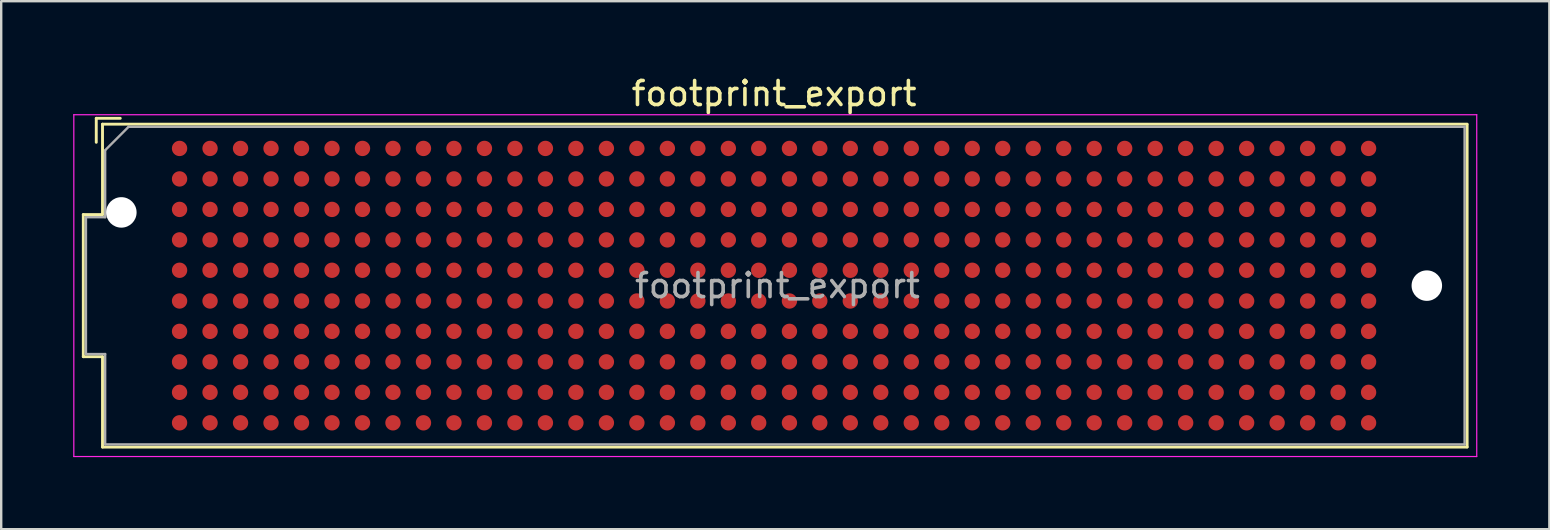
<source format=kicad_pcb>
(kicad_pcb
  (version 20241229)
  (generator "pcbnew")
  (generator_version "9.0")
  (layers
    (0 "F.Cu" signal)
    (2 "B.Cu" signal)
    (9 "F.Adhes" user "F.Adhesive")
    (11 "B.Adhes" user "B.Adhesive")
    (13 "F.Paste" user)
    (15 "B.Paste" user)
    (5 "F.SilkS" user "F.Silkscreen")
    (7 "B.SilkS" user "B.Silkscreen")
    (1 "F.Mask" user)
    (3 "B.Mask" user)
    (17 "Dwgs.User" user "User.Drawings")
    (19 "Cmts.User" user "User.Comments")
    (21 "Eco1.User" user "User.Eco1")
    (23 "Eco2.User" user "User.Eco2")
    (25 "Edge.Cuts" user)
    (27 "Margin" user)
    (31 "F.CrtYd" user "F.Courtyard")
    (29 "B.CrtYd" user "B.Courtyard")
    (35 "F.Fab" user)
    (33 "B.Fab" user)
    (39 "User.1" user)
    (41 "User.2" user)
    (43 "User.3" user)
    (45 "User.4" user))
  (footprint "footprint_export"
    (layer "F.Cu")
    (at 29.195 8.848)
    (property "Reference" "footprint_export" (at 0 -8 0) (layer "F.SilkS") (effects (font (size 1 1) (thickness 0.15))))
    (attr smd)
    (fp_line (start -28.775 -2.96) (end -27.975 -2.96) (stroke (width 0.12) (type solid)) (layer "F.SilkS"))
    (fp_line (start -28.775 2.96) (end -28.775 -2.96) (stroke (width 0.12) (type solid)) (layer "F.SilkS"))
    (fp_line (start -28.235 -6.97) (end -28.235 -5.97) (stroke (width 0.12) (type solid)) (layer "F.SilkS"))
    (fp_line (start -27.975 -6.725) (end 28.865 -6.725) (stroke (width 0.12) (type solid)) (layer "F.SilkS"))
    (fp_line (start -27.975 -2.96) (end -27.975 -6.725) (stroke (width 0.12) (type solid)) (layer "F.SilkS"))
    (fp_line (start -27.975 2.96) (end -28.775 2.96) (stroke (width 0.12) (type solid)) (layer "F.SilkS"))
    (fp_line (start -27.975 6.725) (end -27.975 2.96) (stroke (width 0.12) (type solid)) (layer "F.SilkS"))
    (fp_line (start -27.235 -6.97) (end -28.235 -6.97) (stroke (width 0.12) (type solid)) (layer "F.SilkS"))
    (fp_line (start 28.87 -6.72) (end 28.87 6.72) (stroke (width 0.12) (type solid)) (layer "F.SilkS"))
    (fp_line (start 28.87 6.725) (end -27.975 6.725) (stroke (width 0.12) (type solid)) (layer "F.SilkS"))
    (fp_line (start -29.17 -7.12) (end -29.17 7.12) (stroke (width 0.05) (type solid)) (layer "F.CrtYd"))
    (fp_line (start -29.17 -7.12) (end 29.27 -7.12) (stroke (width 0.05) (type solid)) (layer "F.CrtYd"))
    (fp_line (start -29.17 7.12) (end 29.27 7.12) (stroke (width 0.05) (type solid)) (layer "F.CrtYd"))
    (fp_line (start 29.27 -7.12) (end 29.27 7.12) (stroke (width 0.05) (type solid)) (layer "F.CrtYd"))
    (fp_line (start -28.665 -2.85) (end -28.665 2.85) (stroke (width 0.1) (type solid)) (layer "F.Fab"))
    (fp_line (start -27.865 -2.85) (end -28.665 -2.85) (stroke (width 0.1) (type solid)) (layer "F.Fab"))
    (fp_line (start -27.865 -2.85) (end -27.865 -5.63) (stroke (width 0.1) (type solid)) (layer "F.Fab"))
    (fp_line (start -27.865 2.85) (end -28.665 2.85) (stroke (width 0.1) (type solid)) (layer "F.Fab"))
    (fp_line (start -27.865 2.85) (end -27.865 6.615) (stroke (width 0.1) (type solid)) (layer "F.Fab"))
    (fp_line (start -26.885 -6.62) (end -27.865 -5.64) (stroke (width 0.1) (type solid)) (layer "F.Fab"))
    (fp_line (start 28.765 -6.615) (end -26.885 -6.615) (stroke (width 0.1) (type solid)) (layer "F.Fab"))
    (fp_line (start 28.765 -6.615) (end 28.765 6.615) (stroke (width 0.1) (type solid)) (layer "F.Fab"))
    (fp_line (start 28.765 6.615) (end -27.865 6.615) (stroke (width 0.1) (type solid)) (layer "F.Fab"))
    (fp_text user "${REFERENCE}" (at 0.14 0 0) (layer "F.Fab") (effects (font (size 1 1) (thickness 0.15))))
    (pad "" np_thru_hole circle (at -27.19 -3.05) (size 1.27 1.27) (drill 1.27) (layers "*.Cu" "*.Mask"))
    (pad "" np_thru_hole circle (at 27.191 0) (size 1.27 1.27) (drill 1.27) (layers "*.Cu" "*.Mask"))
    (pad "A1" smd circle (at -24.765 -5.715) (size 0.64 0.64) (layers "F.Cu" "F.Mask" "F.Paste"))
    (pad "A2" smd circle (at -23.495 -5.715) (size 0.64 0.64) (layers "F.Cu" "F.Mask" "F.Paste"))
    (pad "A3" smd circle (at -22.225 -5.715) (size 0.64 0.64) (layers "F.Cu" "F.Mask" "F.Paste"))
    (pad "A4" smd circle (at -20.955 -5.715) (size 0.64 0.64) (layers "F.Cu" "F.Mask" "F.Paste"))
    (pad "A5" smd circle (at -19.685 -5.715) (size 0.64 0.64) (layers "F.Cu" "F.Mask" "F.Paste"))
    (pad "A6" smd circle (at -18.415 -5.715) (size 0.64 0.64) (layers "F.Cu" "F.Mask" "F.Paste"))
    (pad "A7" smd circle (at -17.145 -5.715) (size 0.64 0.64) (layers "F.Cu" "F.Mask" "F.Paste"))
    (pad "A8" smd circle (at -15.875 -5.715) (size 0.64 0.64) (layers "F.Cu" "F.Mask" "F.Paste"))
    (pad "A9" smd circle (at -14.605 -5.715) (size 0.64 0.64) (layers "F.Cu" "F.Mask" "F.Paste"))
    (pad "A10" smd circle (at -13.335 -5.715) (size 0.64 0.64) (layers "F.Cu" "F.Mask" "F.Paste"))
    (pad "A11" smd circle (at -12.065 -5.715) (size 0.64 0.64) (layers "F.Cu" "F.Mask" "F.Paste"))
    (pad "A12" smd circle (at -10.795 -5.715) (size 0.64 0.64) (layers "F.Cu" "F.Mask" "F.Paste"))
    (pad "A13" smd circle (at -9.525 -5.715) (size 0.64 0.64) (layers "F.Cu" "F.Mask" "F.Paste"))
    (pad "A14" smd circle (at -8.255 -5.715) (size 0.64 0.64) (layers "F.Cu" "F.Mask" "F.Paste"))
    (pad "A15" smd circle (at -6.985 -5.715) (size 0.64 0.64) (layers "F.Cu" "F.Mask" "F.Paste"))
    (pad "A16" smd circle (at -5.715 -5.715) (size 0.64 0.64) (layers "F.Cu" "F.Mask" "F.Paste"))
    (pad "A17" smd circle (at -4.445 -5.715) (size 0.64 0.64) (layers "F.Cu" "F.Mask" "F.Paste"))
    (pad "A18" smd circle (at -3.175 -5.715) (size 0.64 0.64) (layers "F.Cu" "F.Mask" "F.Paste"))
    (pad "A19" smd circle (at -1.905 -5.715) (size 0.64 0.64) (layers "F.Cu" "F.Mask" "F.Paste"))
    (pad "A20" smd circle (at -0.64 -5.715) (size 0.64 0.64) (layers "F.Cu" "F.Mask" "F.Paste"))
    (pad "A21" smd circle (at 0.64 -5.715) (size 0.64 0.64) (layers "F.Cu" "F.Mask" "F.Paste"))
    (pad "A22" smd circle (at 1.905 -5.715) (size 0.64 0.64) (layers "F.Cu" "F.Mask" "F.Paste"))
    (pad "A23" smd circle (at 3.175 -5.715) (size 0.64 0.64) (layers "F.Cu" "F.Mask" "F.Paste"))
    (pad "A24" smd circle (at 4.445 -5.715) (size 0.64 0.64) (layers "F.Cu" "F.Mask" "F.Paste"))
    (pad "A25" smd circle (at 5.715 -5.715) (size 0.64 0.64) (layers "F.Cu" "F.Mask" "F.Paste"))
    (pad "A26" smd circle (at 6.985 -5.715) (size 0.64 0.64) (layers "F.Cu" "F.Mask" "F.Paste"))
    (pad "A27" smd circle (at 8.255 -5.715) (size 0.64 0.64) (layers "F.Cu" "F.Mask" "F.Paste"))
    (pad "A28" smd circle (at 9.525 -5.715) (size 0.64 0.64) (layers "F.Cu" "F.Mask" "F.Paste"))
    (pad "A29" smd circle (at 10.795 -5.715) (size 0.64 0.64) (layers "F.Cu" "F.Mask" "F.Paste"))
    (pad "A30" smd circle (at 12.065 -5.715) (size 0.64 0.64) (layers "F.Cu" "F.Mask" "F.Paste"))
    (pad "A31" smd circle (at 13.335 -5.715) (size 0.64 0.64) (layers "F.Cu" "F.Mask" "F.Paste"))
    (pad "A32" smd circle (at 14.605 -5.715) (size 0.64 0.64) (layers "F.Cu" "F.Mask" "F.Paste"))
    (pad "A33" smd circle (at 15.875 -5.715) (size 0.64 0.64) (layers "F.Cu" "F.Mask" "F.Paste"))
    (pad "A34" smd circle (at 17.145 -5.715) (size 0.64 0.64) (layers "F.Cu" "F.Mask" "F.Paste"))
    (pad "A35" smd circle (at 18.415 -5.715) (size 0.64 0.64) (layers "F.Cu" "F.Mask" "F.Paste"))
    (pad "A36" smd circle (at 19.685 -5.715) (size 0.64 0.64) (layers "F.Cu" "F.Mask" "F.Paste"))
    (pad "A37" smd circle (at 20.955 -5.715) (size 0.64 0.64) (layers "F.Cu" "F.Mask" "F.Paste"))
    (pad "A38" smd circle (at 22.225 -5.715) (size 0.64 0.64) (layers "F.Cu" "F.Mask" "F.Paste"))
    (pad "A39" smd circle (at 23.495 -5.715) (size 0.64 0.64) (layers "F.Cu" "F.Mask" "F.Paste"))
    (pad "A40" smd circle (at 24.765 -5.715) (size 0.64 0.64) (layers "F.Cu" "F.Mask" "F.Paste"))
    (pad "B1" smd circle (at -24.765 -4.445) (size 0.64 0.64) (layers "F.Cu" "F.Mask" "F.Paste"))
    (pad "B2" smd circle (at -23.495 -4.445) (size 0.64 0.64) (layers "F.Cu" "F.Mask" "F.Paste"))
    (pad "B3" smd circle (at -22.225 -4.445) (size 0.64 0.64) (layers "F.Cu" "F.Mask" "F.Paste"))
    (pad "B4" smd circle (at -20.955 -4.445) (size 0.64 0.64) (layers "F.Cu" "F.Mask" "F.Paste"))
    (pad "B5" smd circle (at -19.685 -4.445) (size 0.64 0.64) (layers "F.Cu" "F.Mask" "F.Paste"))
    (pad "B6" smd circle (at -18.415 -4.445) (size 0.64 0.64) (layers "F.Cu" "F.Mask" "F.Paste"))
    (pad "B7" smd circle (at -17.145 -4.445) (size 0.64 0.64) (layers "F.Cu" "F.Mask" "F.Paste"))
    (pad "B8" smd circle (at -15.875 -4.445) (size 0.64 0.64) (layers "F.Cu" "F.Mask" "F.Paste"))
    (pad "B9" smd circle (at -14.605 -4.445) (size 0.64 0.64) (layers "F.Cu" "F.Mask" "F.Paste"))
    (pad "B10" smd circle (at -13.335 -4.445) (size 0.64 0.64) (layers "F.Cu" "F.Mask" "F.Paste"))
    (pad "B11" smd circle (at -12.065 -4.445) (size 0.64 0.64) (layers "F.Cu" "F.Mask" "F.Paste"))
    (pad "B12" smd circle (at -10.795 -4.445) (size 0.64 0.64) (layers "F.Cu" "F.Mask" "F.Paste"))
    (pad "B13" smd circle (at -9.525 -4.445) (size 0.64 0.64) (layers "F.Cu" "F.Mask" "F.Paste"))
    (pad "B14" smd circle (at -8.255 -4.445) (size 0.64 0.64) (layers "F.Cu" "F.Mask" "F.Paste"))
    (pad "B15" smd circle (at -6.985 -4.445) (size 0.64 0.64) (layers "F.Cu" "F.Mask" "F.Paste"))
    (pad "B16" smd circle (at -5.715 -4.445) (size 0.64 0.64) (layers "F.Cu" "F.Mask" "F.Paste"))
    (pad "B17" smd circle (at -4.445 -4.445) (size 0.64 0.64) (layers "F.Cu" "F.Mask" "F.Paste"))
    (pad "B18" smd circle (at -3.175 -4.445) (size 0.64 0.64) (layers "F.Cu" "F.Mask" "F.Paste"))
    (pad "B19" smd circle (at -1.905 -4.445) (size 0.64 0.64) (layers "F.Cu" "F.Mask" "F.Paste"))
    (pad "B20" smd circle (at -0.64 -4.445) (size 0.64 0.64) (layers "F.Cu" "F.Mask" "F.Paste"))
    (pad "B21" smd circle (at 0.64 -4.445) (size 0.64 0.64) (layers "F.Cu" "F.Mask" "F.Paste"))
    (pad "B22" smd circle (at 1.905 -4.445) (size 0.64 0.64) (layers "F.Cu" "F.Mask" "F.Paste"))
    (pad "B23" smd circle (at 3.175 -4.445) (size 0.64 0.64) (layers "F.Cu" "F.Mask" "F.Paste"))
    (pad "B24" smd circle (at 4.445 -4.445) (size 0.64 0.64) (layers "F.Cu" "F.Mask" "F.Paste"))
    (pad "B25" smd circle (at 5.715 -4.445) (size 0.64 0.64) (layers "F.Cu" "F.Mask" "F.Paste"))
    (pad "B26" smd circle (at 6.985 -4.445) (size 0.64 0.64) (layers "F.Cu" "F.Mask" "F.Paste"))
    (pad "B27" smd circle (at 8.255 -4.445) (size 0.64 0.64) (layers "F.Cu" "F.Mask" "F.Paste"))
    (pad "B28" smd circle (at 9.525 -4.445) (size 0.64 0.64) (layers "F.Cu" "F.Mask" "F.Paste"))
    (pad "B29" smd circle (at 10.795 -4.445) (size 0.64 0.64) (layers "F.Cu" "F.Mask" "F.Paste"))
    (pad "B30" smd circle (at 12.065 -4.445) (size 0.64 0.64) (layers "F.Cu" "F.Mask" "F.Paste"))
    (pad "B31" smd circle (at 13.335 -4.445) (size 0.64 0.64) (layers "F.Cu" "F.Mask" "F.Paste"))
    (pad "B32" smd circle (at 14.605 -4.445) (size 0.64 0.64) (layers "F.Cu" "F.Mask" "F.Paste"))
    (pad "B33" smd circle (at 15.875 -4.445) (size 0.64 0.64) (layers "F.Cu" "F.Mask" "F.Paste"))
    (pad "B34" smd circle (at 17.145 -4.445) (size 0.64 0.64) (layers "F.Cu" "F.Mask" "F.Paste"))
    (pad "B35" smd circle (at 18.415 -4.445) (size 0.64 0.64) (layers "F.Cu" "F.Mask" "F.Paste"))
    (pad "B36" smd circle (at 19.685 -4.445) (size 0.64 0.64) (layers "F.Cu" "F.Mask" "F.Paste"))
    (pad "B37" smd circle (at 20.955 -4.445) (size 0.64 0.64) (layers "F.Cu" "F.Mask" "F.Paste"))
    (pad "B38" smd circle (at 22.225 -4.445) (size 0.64 0.64) (layers "F.Cu" "F.Mask" "F.Paste"))
    (pad "B39" smd circle (at 23.495 -4.445) (size 0.64 0.64) (layers "F.Cu" "F.Mask" "F.Paste"))
    (pad "B40" smd circle (at 24.765 -4.445) (size 0.64 0.64) (layers "F.Cu" "F.Mask" "F.Paste"))
    (pad "C1" smd circle (at -24.765 -3.175) (size 0.64 0.64) (layers "F.Cu" "F.Mask" "F.Paste"))
    (pad "C2" smd circle (at -23.495 -3.175) (size 0.64 0.64) (layers "F.Cu" "F.Mask" "F.Paste"))
    (pad "C3" smd circle (at -22.225 -3.175) (size 0.64 0.64) (layers "F.Cu" "F.Mask" "F.Paste"))
    (pad "C4" smd circle (at -20.955 -3.175) (size 0.64 0.64) (layers "F.Cu" "F.Mask" "F.Paste"))
    (pad "C5" smd circle (at -19.685 -3.175) (size 0.64 0.64) (layers "F.Cu" "F.Mask" "F.Paste"))
    (pad "C6" smd circle (at -18.415 -3.175) (size 0.64 0.64) (layers "F.Cu" "F.Mask" "F.Paste"))
    (pad "C7" smd circle (at -17.145 -3.175) (size 0.64 0.64) (layers "F.Cu" "F.Mask" "F.Paste"))
    (pad "C8" smd circle (at -15.875 -3.175) (size 0.64 0.64) (layers "F.Cu" "F.Mask" "F.Paste"))
    (pad "C9" smd circle (at -14.605 -3.175) (size 0.64 0.64) (layers "F.Cu" "F.Mask" "F.Paste"))
    (pad "C10" smd circle (at -13.335 -3.175) (size 0.64 0.64) (layers "F.Cu" "F.Mask" "F.Paste"))
    (pad "C11" smd circle (at -12.065 -3.175) (size 0.64 0.64) (layers "F.Cu" "F.Mask" "F.Paste"))
    (pad "C12" smd circle (at -10.795 -3.175) (size 0.64 0.64) (layers "F.Cu" "F.Mask" "F.Paste"))
    (pad "C13" smd circle (at -9.525 -3.175) (size 0.64 0.64) (layers "F.Cu" "F.Mask" "F.Paste"))
    (pad "C14" smd circle (at -8.255 -3.175) (size 0.64 0.64) (layers "F.Cu" "F.Mask" "F.Paste"))
    (pad "C15" smd circle (at -6.985 -3.175) (size 0.64 0.64) (layers "F.Cu" "F.Mask" "F.Paste"))
    (pad "C16" smd circle (at -5.715 -3.175) (size 0.64 0.64) (layers "F.Cu" "F.Mask" "F.Paste"))
    (pad "C17" smd circle (at -4.445 -3.175) (size 0.64 0.64) (layers "F.Cu" "F.Mask" "F.Paste"))
    (pad "C18" smd circle (at -3.175 -3.175) (size 0.64 0.64) (layers "F.Cu" "F.Mask" "F.Paste"))
    (pad "C19" smd circle (at -1.905 -3.175) (size 0.64 0.64) (layers "F.Cu" "F.Mask" "F.Paste"))
    (pad "C20" smd circle (at -0.64 -3.175) (size 0.64 0.64) (layers "F.Cu" "F.Mask" "F.Paste"))
    (pad "C21" smd circle (at 0.64 -3.175) (size 0.64 0.64) (layers "F.Cu" "F.Mask" "F.Paste"))
    (pad "C22" smd circle (at 1.905 -3.175) (size 0.64 0.64) (layers "F.Cu" "F.Mask" "F.Paste"))
    (pad "C23" smd circle (at 3.175 -3.175) (size 0.64 0.64) (layers "F.Cu" "F.Mask" "F.Paste"))
    (pad "C24" smd circle (at 4.445 -3.175) (size 0.64 0.64) (layers "F.Cu" "F.Mask" "F.Paste"))
    (pad "C25" smd circle (at 5.715 -3.175) (size 0.64 0.64) (layers "F.Cu" "F.Mask" "F.Paste"))
    (pad "C26" smd circle (at 6.985 -3.175) (size 0.64 0.64) (layers "F.Cu" "F.Mask" "F.Paste"))
    (pad "C27" smd circle (at 8.255 -3.175) (size 0.64 0.64) (layers "F.Cu" "F.Mask" "F.Paste"))
    (pad "C28" smd circle (at 9.525 -3.175) (size 0.64 0.64) (layers "F.Cu" "F.Mask" "F.Paste"))
    (pad "C29" smd circle (at 10.795 -3.175) (size 0.64 0.64) (layers "F.Cu" "F.Mask" "F.Paste"))
    (pad "C30" smd circle (at 12.065 -3.175) (size 0.64 0.64) (layers "F.Cu" "F.Mask" "F.Paste"))
    (pad "C31" smd circle (at 13.335 -3.175) (size 0.64 0.64) (layers "F.Cu" "F.Mask" "F.Paste"))
    (pad "C32" smd circle (at 14.605 -3.175) (size 0.64 0.64) (layers "F.Cu" "F.Mask" "F.Paste"))
    (pad "C33" smd circle (at 15.875 -3.175) (size 0.64 0.64) (layers "F.Cu" "F.Mask" "F.Paste"))
    (pad "C34" smd circle (at 17.145 -3.175) (size 0.64 0.64) (layers "F.Cu" "F.Mask" "F.Paste"))
    (pad "C35" smd circle (at 18.415 -3.175) (size 0.64 0.64) (layers "F.Cu" "F.Mask" "F.Paste"))
    (pad "C36" smd circle (at 19.685 -3.175) (size 0.64 0.64) (layers "F.Cu" "F.Mask" "F.Paste"))
    (pad "C37" smd circle (at 20.955 -3.175) (size 0.64 0.64) (layers "F.Cu" "F.Mask" "F.Paste"))
    (pad "C38" smd circle (at 22.225 -3.175) (size 0.64 0.64) (layers "F.Cu" "F.Mask" "F.Paste"))
    (pad "C39" smd circle (at 23.495 -3.175) (size 0.64 0.64) (layers "F.Cu" "F.Mask" "F.Paste"))
    (pad "C40" smd circle (at 24.765 -3.175) (size 0.64 0.64) (layers "F.Cu" "F.Mask" "F.Paste"))
    (pad "D1" smd circle (at -24.765 -1.905) (size 0.64 0.64) (layers "F.Cu" "F.Mask" "F.Paste"))
    (pad "D2" smd circle (at -23.495 -1.905) (size 0.64 0.64) (layers "F.Cu" "F.Mask" "F.Paste"))
    (pad "D3" smd circle (at -22.225 -1.905) (size 0.64 0.64) (layers "F.Cu" "F.Mask" "F.Paste"))
    (pad "D4" smd circle (at -20.955 -1.905) (size 0.64 0.64) (layers "F.Cu" "F.Mask" "F.Paste"))
    (pad "D5" smd circle (at -19.685 -1.905) (size 0.64 0.64) (layers "F.Cu" "F.Mask" "F.Paste"))
    (pad "D6" smd circle (at -18.415 -1.905) (size 0.64 0.64) (layers "F.Cu" "F.Mask" "F.Paste"))
    (pad "D7" smd circle (at -17.145 -1.905) (size 0.64 0.64) (layers "F.Cu" "F.Mask" "F.Paste"))
    (pad "D8" smd circle (at -15.875 -1.905) (size 0.64 0.64) (layers "F.Cu" "F.Mask" "F.Paste"))
    (pad "D9" smd circle (at -14.605 -1.905) (size 0.64 0.64) (layers "F.Cu" "F.Mask" "F.Paste"))
    (pad "D10" smd circle (at -13.335 -1.905) (size 0.64 0.64) (layers "F.Cu" "F.Mask" "F.Paste"))
    (pad "D11" smd circle (at -12.065 -1.905) (size 0.64 0.64) (layers "F.Cu" "F.Mask" "F.Paste"))
    (pad "D12" smd circle (at -10.795 -1.905) (size 0.64 0.64) (layers "F.Cu" "F.Mask" "F.Paste"))
    (pad "D13" smd circle (at -9.525 -1.905) (size 0.64 0.64) (layers "F.Cu" "F.Mask" "F.Paste"))
    (pad "D14" smd circle (at -8.255 -1.905) (size 0.64 0.64) (layers "F.Cu" "F.Mask" "F.Paste"))
    (pad "D15" smd circle (at -6.985 -1.905) (size 0.64 0.64) (layers "F.Cu" "F.Mask" "F.Paste"))
    (pad "D16" smd circle (at -5.715 -1.905) (size 0.64 0.64) (layers "F.Cu" "F.Mask" "F.Paste"))
    (pad "D17" smd circle (at -4.445 -1.905) (size 0.64 0.64) (layers "F.Cu" "F.Mask" "F.Paste"))
    (pad "D18" smd circle (at -3.175 -1.905) (size 0.64 0.64) (layers "F.Cu" "F.Mask" "F.Paste"))
    (pad "D19" smd circle (at -1.905 -1.905) (size 0.64 0.64) (layers "F.Cu" "F.Mask" "F.Paste"))
    (pad "D20" smd circle (at -0.64 -1.905) (size 0.64 0.64) (layers "F.Cu" "F.Mask" "F.Paste"))
    (pad "D21" smd circle (at 0.64 -1.905) (size 0.64 0.64) (layers "F.Cu" "F.Mask" "F.Paste"))
    (pad "D22" smd circle (at 1.905 -1.905) (size 0.64 0.64) (layers "F.Cu" "F.Mask" "F.Paste"))
    (pad "D23" smd circle (at 3.175 -1.905) (size 0.64 0.64) (layers "F.Cu" "F.Mask" "F.Paste"))
    (pad "D24" smd circle (at 4.445 -1.905) (size 0.64 0.64) (layers "F.Cu" "F.Mask" "F.Paste"))
    (pad "D25" smd circle (at 5.715 -1.905) (size 0.64 0.64) (layers "F.Cu" "F.Mask" "F.Paste"))
    (pad "D26" smd circle (at 6.985 -1.905) (size 0.64 0.64) (layers "F.Cu" "F.Mask" "F.Paste"))
    (pad "D27" smd circle (at 8.255 -1.905) (size 0.64 0.64) (layers "F.Cu" "F.Mask" "F.Paste"))
    (pad "D28" smd circle (at 9.525 -1.905) (size 0.64 0.64) (layers "F.Cu" "F.Mask" "F.Paste"))
    (pad "D29" smd circle (at 10.795 -1.905) (size 0.64 0.64) (layers "F.Cu" "F.Mask" "F.Paste"))
    (pad "D30" smd circle (at 12.065 -1.905) (size 0.64 0.64) (layers "F.Cu" "F.Mask" "F.Paste"))
    (pad "D31" smd circle (at 13.335 -1.905) (size 0.64 0.64) (layers "F.Cu" "F.Mask" "F.Paste"))
    (pad "D32" smd circle (at 14.605 -1.905) (size 0.64 0.64) (layers "F.Cu" "F.Mask" "F.Paste"))
    (pad "D33" smd circle (at 15.875 -1.905) (size 0.64 0.64) (layers "F.Cu" "F.Mask" "F.Paste"))
    (pad "D34" smd circle (at 17.145 -1.905) (size 0.64 0.64) (layers "F.Cu" "F.Mask" "F.Paste"))
    (pad "D35" smd circle (at 18.415 -1.905) (size 0.64 0.64) (layers "F.Cu" "F.Mask" "F.Paste"))
    (pad "D36" smd circle (at 19.685 -1.905) (size 0.64 0.64) (layers "F.Cu" "F.Mask" "F.Paste"))
    (pad "D37" smd circle (at 20.955 -1.905) (size 0.64 0.64) (layers "F.Cu" "F.Mask" "F.Paste"))
    (pad "D38" smd circle (at 22.225 -1.905) (size 0.64 0.64) (layers "F.Cu" "F.Mask" "F.Paste"))
    (pad "D39" smd circle (at 23.495 -1.905) (size 0.64 0.64) (layers "F.Cu" "F.Mask" "F.Paste"))
    (pad "D40" smd circle (at 24.765 -1.905) (size 0.64 0.64) (layers "F.Cu" "F.Mask" "F.Paste"))
    (pad "E1" smd circle (at -24.765 -0.64) (size 0.64 0.64) (layers "F.Cu" "F.Mask" "F.Paste"))
    (pad "E2" smd circle (at -23.495 -0.64) (size 0.64 0.64) (layers "F.Cu" "F.Mask" "F.Paste"))
    (pad "E3" smd circle (at -22.225 -0.64) (size 0.64 0.64) (layers "F.Cu" "F.Mask" "F.Paste"))
    (pad "E4" smd circle (at -20.955 -0.64) (size 0.64 0.64) (layers "F.Cu" "F.Mask" "F.Paste"))
    (pad "E5" smd circle (at -19.685 -0.64) (size 0.64 0.64) (layers "F.Cu" "F.Mask" "F.Paste"))
    (pad "E6" smd circle (at -18.415 -0.64) (size 0.64 0.64) (layers "F.Cu" "F.Mask" "F.Paste"))
    (pad "E7" smd circle (at -17.145 -0.64) (size 0.64 0.64) (layers "F.Cu" "F.Mask" "F.Paste"))
    (pad "E8" smd circle (at -15.875 -0.64) (size 0.64 0.64) (layers "F.Cu" "F.Mask" "F.Paste"))
    (pad "E9" smd circle (at -14.605 -0.64) (size 0.64 0.64) (layers "F.Cu" "F.Mask" "F.Paste"))
    (pad "E10" smd circle (at -13.335 -0.64) (size 0.64 0.64) (layers "F.Cu" "F.Mask" "F.Paste"))
    (pad "E11" smd circle (at -12.065 -0.64) (size 0.64 0.64) (layers "F.Cu" "F.Mask" "F.Paste"))
    (pad "E12" smd circle (at -10.795 -0.64) (size 0.64 0.64) (layers "F.Cu" "F.Mask" "F.Paste"))
    (pad "E13" smd circle (at -9.525 -0.64) (size 0.64 0.64) (layers "F.Cu" "F.Mask" "F.Paste"))
    (pad "E14" smd circle (at -8.255 -0.64) (size 0.64 0.64) (layers "F.Cu" "F.Mask" "F.Paste"))
    (pad "E15" smd circle (at -6.985 -0.64) (size 0.64 0.64) (layers "F.Cu" "F.Mask" "F.Paste"))
    (pad "E16" smd circle (at -5.715 -0.64) (size 0.64 0.64) (layers "F.Cu" "F.Mask" "F.Paste"))
    (pad "E17" smd circle (at -4.445 -0.64) (size 0.64 0.64) (layers "F.Cu" "F.Mask" "F.Paste"))
    (pad "E18" smd circle (at -3.175 -0.64) (size 0.64 0.64) (layers "F.Cu" "F.Mask" "F.Paste"))
    (pad "E19" smd circle (at -1.905 -0.64) (size 0.64 0.64) (layers "F.Cu" "F.Mask" "F.Paste"))
    (pad "E20" smd circle (at -0.64 -0.64) (size 0.64 0.64) (layers "F.Cu" "F.Mask" "F.Paste"))
    (pad "E21" smd circle (at 0.64 -0.64) (size 0.64 0.64) (layers "F.Cu" "F.Mask" "F.Paste"))
    (pad "E22" smd circle (at 1.905 -0.64) (size 0.64 0.64) (layers "F.Cu" "F.Mask" "F.Paste"))
    (pad "E23" smd circle (at 3.175 -0.64) (size 0.64 0.64) (layers "F.Cu" "F.Mask" "F.Paste"))
    (pad "E24" smd circle (at 4.445 -0.64) (size 0.64 0.64) (layers "F.Cu" "F.Mask" "F.Paste"))
    (pad "E25" smd circle (at 5.715 -0.64) (size 0.64 0.64) (layers "F.Cu" "F.Mask" "F.Paste"))
    (pad "E26" smd circle (at 6.985 -0.64) (size 0.64 0.64) (layers "F.Cu" "F.Mask" "F.Paste"))
    (pad "E27" smd circle (at 8.255 -0.64) (size 0.64 0.64) (layers "F.Cu" "F.Mask" "F.Paste"))
    (pad "E28" smd circle (at 9.525 -0.64) (size 0.64 0.64) (layers "F.Cu" "F.Mask" "F.Paste"))
    (pad "E29" smd circle (at 10.795 -0.64) (size 0.64 0.64) (layers "F.Cu" "F.Mask" "F.Paste"))
    (pad "E30" smd circle (at 12.065 -0.64) (size 0.64 0.64) (layers "F.Cu" "F.Mask" "F.Paste"))
    (pad "E31" smd circle (at 13.335 -0.64) (size 0.64 0.64) (layers "F.Cu" "F.Mask" "F.Paste"))
    (pad "E32" smd circle (at 14.605 -0.64) (size 0.64 0.64) (layers "F.Cu" "F.Mask" "F.Paste"))
    (pad "E33" smd circle (at 15.875 -0.64) (size 0.64 0.64) (layers "F.Cu" "F.Mask" "F.Paste"))
    (pad "E34" smd circle (at 17.145 -0.64) (size 0.64 0.64) (layers "F.Cu" "F.Mask" "F.Paste"))
    (pad "E35" smd circle (at 18.415 -0.64) (size 0.64 0.64) (layers "F.Cu" "F.Mask" "F.Paste"))
    (pad "E36" smd circle (at 19.685 -0.64) (size 0.64 0.64) (layers "F.Cu" "F.Mask" "F.Paste"))
    (pad "E37" smd circle (at 20.955 -0.64) (size 0.64 0.64) (layers "F.Cu" "F.Mask" "F.Paste"))
    (pad "E38" smd circle (at 22.225 -0.64) (size 0.64 0.64) (layers "F.Cu" "F.Mask" "F.Paste"))
    (pad "E39" smd circle (at 23.495 -0.64) (size 0.64 0.64) (layers "F.Cu" "F.Mask" "F.Paste"))
    (pad "E40" smd circle (at 24.765 -0.64) (size 0.64 0.64) (layers "F.Cu" "F.Mask" "F.Paste"))
    (pad "F1" smd circle (at -24.765 0.64) (size 0.64 0.64) (layers "F.Cu" "F.Mask" "F.Paste"))
    (pad "F2" smd circle (at -23.495 0.64) (size 0.64 0.64) (layers "F.Cu" "F.Mask" "F.Paste"))
    (pad "F3" smd circle (at -22.225 0.64) (size 0.64 0.64) (layers "F.Cu" "F.Mask" "F.Paste"))
    (pad "F4" smd circle (at -20.955 0.64) (size 0.64 0.64) (layers "F.Cu" "F.Mask" "F.Paste"))
    (pad "F5" smd circle (at -19.685 0.64) (size 0.64 0.64) (layers "F.Cu" "F.Mask" "F.Paste"))
    (pad "F6" smd circle (at -18.415 0.64) (size 0.64 0.64) (layers "F.Cu" "F.Mask" "F.Paste"))
    (pad "F7" smd circle (at -17.145 0.64) (size 0.64 0.64) (layers "F.Cu" "F.Mask" "F.Paste"))
    (pad "F8" smd circle (at -15.875 0.64) (size 0.64 0.64) (layers "F.Cu" "F.Mask" "F.Paste"))
    (pad "F9" smd circle (at -14.605 0.64) (size 0.64 0.64) (layers "F.Cu" "F.Mask" "F.Paste"))
    (pad "F10" smd circle (at -13.335 0.64) (size 0.64 0.64) (layers "F.Cu" "F.Mask" "F.Paste"))
    (pad "F11" smd circle (at -12.065 0.64) (size 0.64 0.64) (layers "F.Cu" "F.Mask" "F.Paste"))
    (pad "F12" smd circle (at -10.795 0.64) (size 0.64 0.64) (layers "F.Cu" "F.Mask" "F.Paste"))
    (pad "F13" smd circle (at -9.525 0.64) (size 0.64 0.64) (layers "F.Cu" "F.Mask" "F.Paste"))
    (pad "F14" smd circle (at -8.255 0.64) (size 0.64 0.64) (layers "F.Cu" "F.Mask" "F.Paste"))
    (pad "F15" smd circle (at -6.985 0.64) (size 0.64 0.64) (layers "F.Cu" "F.Mask" "F.Paste"))
    (pad "F16" smd circle (at -5.715 0.64) (size 0.64 0.64) (layers "F.Cu" "F.Mask" "F.Paste"))
    (pad "F17" smd circle (at -4.445 0.64) (size 0.64 0.64) (layers "F.Cu" "F.Mask" "F.Paste"))
    (pad "F18" smd circle (at -3.175 0.64) (size 0.64 0.64) (layers "F.Cu" "F.Mask" "F.Paste"))
    (pad "F19" smd circle (at -1.905 0.64) (size 0.64 0.64) (layers "F.Cu" "F.Mask" "F.Paste"))
    (pad "F20" smd circle (at -0.64 0.64) (size 0.64 0.64) (layers "F.Cu" "F.Mask" "F.Paste"))
    (pad "F21" smd circle (at 0.64 0.64) (size 0.64 0.64) (layers "F.Cu" "F.Mask" "F.Paste"))
    (pad "F22" smd circle (at 1.905 0.64) (size 0.64 0.64) (layers "F.Cu" "F.Mask" "F.Paste"))
    (pad "F23" smd circle (at 3.175 0.64) (size 0.64 0.64) (layers "F.Cu" "F.Mask" "F.Paste"))
    (pad "F24" smd circle (at 4.445 0.64) (size 0.64 0.64) (layers "F.Cu" "F.Mask" "F.Paste"))
    (pad "F25" smd circle (at 5.715 0.64) (size 0.64 0.64) (layers "F.Cu" "F.Mask" "F.Paste"))
    (pad "F26" smd circle (at 6.985 0.64) (size 0.64 0.64) (layers "F.Cu" "F.Mask" "F.Paste"))
    (pad "F27" smd circle (at 8.255 0.64) (size 0.64 0.64) (layers "F.Cu" "F.Mask" "F.Paste"))
    (pad "F28" smd circle (at 9.525 0.64) (size 0.64 0.64) (layers "F.Cu" "F.Mask" "F.Paste"))
    (pad "F29" smd circle (at 10.795 0.64) (size 0.64 0.64) (layers "F.Cu" "F.Mask" "F.Paste"))
    (pad "F30" smd circle (at 12.065 0.64) (size 0.64 0.64) (layers "F.Cu" "F.Mask" "F.Paste"))
    (pad "F31" smd circle (at 13.335 0.64) (size 0.64 0.64) (layers "F.Cu" "F.Mask" "F.Paste"))
    (pad "F32" smd circle (at 14.605 0.64) (size 0.64 0.64) (layers "F.Cu" "F.Mask" "F.Paste"))
    (pad "F33" smd circle (at 15.875 0.64) (size 0.64 0.64) (layers "F.Cu" "F.Mask" "F.Paste"))
    (pad "F34" smd circle (at 17.145 0.64) (size 0.64 0.64) (layers "F.Cu" "F.Mask" "F.Paste"))
    (pad "F35" smd circle (at 18.415 0.64) (size 0.64 0.64) (layers "F.Cu" "F.Mask" "F.Paste"))
    (pad "F36" smd circle (at 19.685 0.64) (size 0.64 0.64) (layers "F.Cu" "F.Mask" "F.Paste"))
    (pad "F37" smd circle (at 20.955 0.64) (size 0.64 0.64) (layers "F.Cu" "F.Mask" "F.Paste"))
    (pad "F38" smd circle (at 22.225 0.64) (size 0.64 0.64) (layers "F.Cu" "F.Mask" "F.Paste"))
    (pad "F39" smd circle (at 23.495 0.64) (size 0.64 0.64) (layers "F.Cu" "F.Mask" "F.Paste"))
    (pad "F40" smd circle (at 24.765 0.64) (size 0.64 0.64) (layers "F.Cu" "F.Mask" "F.Paste"))
    (pad "G1" smd circle (at -24.765 1.905) (size 0.64 0.64) (layers "F.Cu" "F.Mask" "F.Paste"))
    (pad "G2" smd circle (at -23.495 1.905) (size 0.64 0.64) (layers "F.Cu" "F.Mask" "F.Paste"))
    (pad "G3" smd circle (at -22.225 1.905) (size 0.64 0.64) (layers "F.Cu" "F.Mask" "F.Paste"))
    (pad "G4" smd circle (at -20.955 1.905) (size 0.64 0.64) (layers "F.Cu" "F.Mask" "F.Paste"))
    (pad "G5" smd circle (at -19.685 1.905) (size 0.64 0.64) (layers "F.Cu" "F.Mask" "F.Paste"))
    (pad "G6" smd circle (at -18.415 1.905) (size 0.64 0.64) (layers "F.Cu" "F.Mask" "F.Paste"))
    (pad "G7" smd circle (at -17.145 1.905) (size 0.64 0.64) (layers "F.Cu" "F.Mask" "F.Paste"))
    (pad "G8" smd circle (at -15.875 1.905) (size 0.64 0.64) (layers "F.Cu" "F.Mask" "F.Paste"))
    (pad "G9" smd circle (at -14.605 1.905) (size 0.64 0.64) (layers "F.Cu" "F.Mask" "F.Paste"))
    (pad "G10" smd circle (at -13.335 1.905) (size 0.64 0.64) (layers "F.Cu" "F.Mask" "F.Paste"))
    (pad "G11" smd circle (at -12.065 1.905) (size 0.64 0.64) (layers "F.Cu" "F.Mask" "F.Paste"))
    (pad "G12" smd circle (at -10.795 1.905) (size 0.64 0.64) (layers "F.Cu" "F.Mask" "F.Paste"))
    (pad "G13" smd circle (at -9.525 1.905) (size 0.64 0.64) (layers "F.Cu" "F.Mask" "F.Paste"))
    (pad "G14" smd circle (at -8.255 1.905) (size 0.64 0.64) (layers "F.Cu" "F.Mask" "F.Paste"))
    (pad "G15" smd circle (at -6.985 1.905) (size 0.64 0.64) (layers "F.Cu" "F.Mask" "F.Paste"))
    (pad "G16" smd circle (at -5.715 1.905) (size 0.64 0.64) (layers "F.Cu" "F.Mask" "F.Paste"))
    (pad "G17" smd circle (at -4.445 1.905) (size 0.64 0.64) (layers "F.Cu" "F.Mask" "F.Paste"))
    (pad "G18" smd circle (at -3.175 1.905) (size 0.64 0.64) (layers "F.Cu" "F.Mask" "F.Paste"))
    (pad "G19" smd circle (at -1.905 1.905) (size 0.64 0.64) (layers "F.Cu" "F.Mask" "F.Paste"))
    (pad "G20" smd circle (at -0.64 1.905) (size 0.64 0.64) (layers "F.Cu" "F.Mask" "F.Paste"))
    (pad "G21" smd circle (at 0.64 1.905) (size 0.64 0.64) (layers "F.Cu" "F.Mask" "F.Paste"))
    (pad "G22" smd circle (at 1.905 1.905) (size 0.64 0.64) (layers "F.Cu" "F.Mask" "F.Paste"))
    (pad "G23" smd circle (at 3.175 1.905) (size 0.64 0.64) (layers "F.Cu" "F.Mask" "F.Paste"))
    (pad "G24" smd circle (at 4.445 1.905) (size 0.64 0.64) (layers "F.Cu" "F.Mask" "F.Paste"))
    (pad "G25" smd circle (at 5.715 1.905) (size 0.64 0.64) (layers "F.Cu" "F.Mask" "F.Paste"))
    (pad "G26" smd circle (at 6.985 1.905) (size 0.64 0.64) (layers "F.Cu" "F.Mask" "F.Paste"))
    (pad "G27" smd circle (at 8.255 1.905) (size 0.64 0.64) (layers "F.Cu" "F.Mask" "F.Paste"))
    (pad "G28" smd circle (at 9.525 1.905) (size 0.64 0.64) (layers "F.Cu" "F.Mask" "F.Paste"))
    (pad "G29" smd circle (at 10.795 1.905) (size 0.64 0.64) (layers "F.Cu" "F.Mask" "F.Paste"))
    (pad "G30" smd circle (at 12.065 1.905) (size 0.64 0.64) (layers "F.Cu" "F.Mask" "F.Paste"))
    (pad "G31" smd circle (at 13.335 1.905) (size 0.64 0.64) (layers "F.Cu" "F.Mask" "F.Paste"))
    (pad "G32" smd circle (at 14.605 1.905) (size 0.64 0.64) (layers "F.Cu" "F.Mask" "F.Paste"))
    (pad "G33" smd circle (at 15.875 1.905) (size 0.64 0.64) (layers "F.Cu" "F.Mask" "F.Paste"))
    (pad "G34" smd circle (at 17.145 1.905) (size 0.64 0.64) (layers "F.Cu" "F.Mask" "F.Paste"))
    (pad "G35" smd circle (at 18.415 1.905) (size 0.64 0.64) (layers "F.Cu" "F.Mask" "F.Paste"))
    (pad "G36" smd circle (at 19.685 1.905) (size 0.64 0.64) (layers "F.Cu" "F.Mask" "F.Paste"))
    (pad "G37" smd circle (at 20.955 1.905) (size 0.64 0.64) (layers "F.Cu" "F.Mask" "F.Paste"))
    (pad "G38" smd circle (at 22.225 1.905) (size 0.64 0.64) (layers "F.Cu" "F.Mask" "F.Paste"))
    (pad "G39" smd circle (at 23.495 1.905) (size 0.64 0.64) (layers "F.Cu" "F.Mask" "F.Paste"))
    (pad "G40" smd circle (at 24.765 1.905) (size 0.64 0.64) (layers "F.Cu" "F.Mask" "F.Paste"))
    (pad "H1" smd circle (at -24.765 3.175) (size 0.64 0.64) (layers "F.Cu" "F.Mask" "F.Paste"))
    (pad "H2" smd circle (at -23.495 3.175) (size 0.64 0.64) (layers "F.Cu" "F.Mask" "F.Paste"))
    (pad "H3" smd circle (at -22.225 3.175) (size 0.64 0.64) (layers "F.Cu" "F.Mask" "F.Paste"))
    (pad "H4" smd circle (at -20.955 3.175) (size 0.64 0.64) (layers "F.Cu" "F.Mask" "F.Paste"))
    (pad "H5" smd circle (at -19.685 3.175) (size 0.64 0.64) (layers "F.Cu" "F.Mask" "F.Paste"))
    (pad "H6" smd circle (at -18.415 3.175) (size 0.64 0.64) (layers "F.Cu" "F.Mask" "F.Paste"))
    (pad "H7" smd circle (at -17.145 3.175) (size 0.64 0.64) (layers "F.Cu" "F.Mask" "F.Paste"))
    (pad "H8" smd circle (at -15.875 3.175) (size 0.64 0.64) (layers "F.Cu" "F.Mask" "F.Paste"))
    (pad "H9" smd circle (at -14.605 3.175) (size 0.64 0.64) (layers "F.Cu" "F.Mask" "F.Paste"))
    (pad "H10" smd circle (at -13.335 3.175) (size 0.64 0.64) (layers "F.Cu" "F.Mask" "F.Paste"))
    (pad "H11" smd circle (at -12.065 3.175) (size 0.64 0.64) (layers "F.Cu" "F.Mask" "F.Paste"))
    (pad "H12" smd circle (at -10.795 3.175) (size 0.64 0.64) (layers "F.Cu" "F.Mask" "F.Paste"))
    (pad "H13" smd circle (at -9.525 3.175) (size 0.64 0.64) (layers "F.Cu" "F.Mask" "F.Paste"))
    (pad "H14" smd circle (at -8.255 3.175) (size 0.64 0.64) (layers "F.Cu" "F.Mask" "F.Paste"))
    (pad "H15" smd circle (at -6.985 3.175) (size 0.64 0.64) (layers "F.Cu" "F.Mask" "F.Paste"))
    (pad "H16" smd circle (at -5.715 3.175) (size 0.64 0.64) (layers "F.Cu" "F.Mask" "F.Paste"))
    (pad "H17" smd circle (at -4.445 3.175) (size 0.64 0.64) (layers "F.Cu" "F.Mask" "F.Paste"))
    (pad "H18" smd circle (at -3.175 3.175) (size 0.64 0.64) (layers "F.Cu" "F.Mask" "F.Paste"))
    (pad "H19" smd circle (at -1.905 3.175) (size 0.64 0.64) (layers "F.Cu" "F.Mask" "F.Paste"))
    (pad "H20" smd circle (at -0.64 3.175) (size 0.64 0.64) (layers "F.Cu" "F.Mask" "F.Paste"))
    (pad "H21" smd circle (at 0.64 3.175) (size 0.64 0.64) (layers "F.Cu" "F.Mask" "F.Paste"))
    (pad "H22" smd circle (at 1.905 3.175) (size 0.64 0.64) (layers "F.Cu" "F.Mask" "F.Paste"))
    (pad "H23" smd circle (at 3.175 3.175) (size 0.64 0.64) (layers "F.Cu" "F.Mask" "F.Paste"))
    (pad "H24" smd circle (at 4.445 3.175) (size 0.64 0.64) (layers "F.Cu" "F.Mask" "F.Paste"))
    (pad "H25" smd circle (at 5.715 3.175) (size 0.64 0.64) (layers "F.Cu" "F.Mask" "F.Paste"))
    (pad "H26" smd circle (at 6.985 3.175) (size 0.64 0.64) (layers "F.Cu" "F.Mask" "F.Paste"))
    (pad "H27" smd circle (at 8.255 3.175) (size 0.64 0.64) (layers "F.Cu" "F.Mask" "F.Paste"))
    (pad "H28" smd circle (at 9.525 3.175) (size 0.64 0.64) (layers "F.Cu" "F.Mask" "F.Paste"))
    (pad "H29" smd circle (at 10.795 3.175) (size 0.64 0.64) (layers "F.Cu" "F.Mask" "F.Paste"))
    (pad "H30" smd circle (at 12.065 3.175) (size 0.64 0.64) (layers "F.Cu" "F.Mask" "F.Paste"))
    (pad "H31" smd circle (at 13.335 3.175) (size 0.64 0.64) (layers "F.Cu" "F.Mask" "F.Paste"))
    (pad "H32" smd circle (at 14.605 3.175) (size 0.64 0.64) (layers "F.Cu" "F.Mask" "F.Paste"))
    (pad "H33" smd circle (at 15.875 3.175) (size 0.64 0.64) (layers "F.Cu" "F.Mask" "F.Paste"))
    (pad "H34" smd circle (at 17.145 3.175) (size 0.64 0.64) (layers "F.Cu" "F.Mask" "F.Paste"))
    (pad "H35" smd circle (at 18.415 3.175) (size 0.64 0.64) (layers "F.Cu" "F.Mask" "F.Paste"))
    (pad "H36" smd circle (at 19.685 3.175) (size 0.64 0.64) (layers "F.Cu" "F.Mask" "F.Paste"))
    (pad "H37" smd circle (at 20.955 3.175) (size 0.64 0.64) (layers "F.Cu" "F.Mask" "F.Paste"))
    (pad "H38" smd circle (at 22.225 3.175) (size 0.64 0.64) (layers "F.Cu" "F.Mask" "F.Paste"))
    (pad "H39" smd circle (at 23.495 3.175) (size 0.64 0.64) (layers "F.Cu" "F.Mask" "F.Paste"))
    (pad "H40" smd circle (at 24.765 3.175) (size 0.64 0.64) (layers "F.Cu" "F.Mask" "F.Paste"))
    (pad "J1" smd circle (at -24.765 4.445) (size 0.64 0.64) (layers "F.Cu" "F.Mask" "F.Paste"))
    (pad "J2" smd circle (at -23.495 4.445) (size 0.64 0.64) (layers "F.Cu" "F.Mask" "F.Paste"))
    (pad "J3" smd circle (at -22.225 4.445) (size 0.64 0.64) (layers "F.Cu" "F.Mask" "F.Paste"))
    (pad "J4" smd circle (at -20.955 4.445) (size 0.64 0.64) (layers "F.Cu" "F.Mask" "F.Paste"))
    (pad "J5" smd circle (at -19.685 4.445) (size 0.64 0.64) (layers "F.Cu" "F.Mask" "F.Paste"))
    (pad "J6" smd circle (at -18.415 4.445) (size 0.64 0.64) (layers "F.Cu" "F.Mask" "F.Paste"))
    (pad "J7" smd circle (at -17.145 4.445) (size 0.64 0.64) (layers "F.Cu" "F.Mask" "F.Paste"))
    (pad "J8" smd circle (at -15.875 4.445) (size 0.64 0.64) (layers "F.Cu" "F.Mask" "F.Paste"))
    (pad "J9" smd circle (at -14.605 4.445) (size 0.64 0.64) (layers "F.Cu" "F.Mask" "F.Paste"))
    (pad "J10" smd circle (at -13.335 4.445) (size 0.64 0.64) (layers "F.Cu" "F.Mask" "F.Paste"))
    (pad "J11" smd circle (at -12.065 4.445) (size 0.64 0.64) (layers "F.Cu" "F.Mask" "F.Paste"))
    (pad "J12" smd circle (at -10.795 4.445) (size 0.64 0.64) (layers "F.Cu" "F.Mask" "F.Paste"))
    (pad "J13" smd circle (at -9.525 4.445) (size 0.64 0.64) (layers "F.Cu" "F.Mask" "F.Paste"))
    (pad "J14" smd circle (at -8.255 4.445) (size 0.64 0.64) (layers "F.Cu" "F.Mask" "F.Paste"))
    (pad "J15" smd circle (at -6.985 4.445) (size 0.64 0.64) (layers "F.Cu" "F.Mask" "F.Paste"))
    (pad "J16" smd circle (at -5.715 4.445) (size 0.64 0.64) (layers "F.Cu" "F.Mask" "F.Paste"))
    (pad "J17" smd circle (at -4.445 4.445) (size 0.64 0.64) (layers "F.Cu" "F.Mask" "F.Paste"))
    (pad "J18" smd circle (at -3.175 4.445) (size 0.64 0.64) (layers "F.Cu" "F.Mask" "F.Paste"))
    (pad "J19" smd circle (at -1.905 4.445) (size 0.64 0.64) (layers "F.Cu" "F.Mask" "F.Paste"))
    (pad "J20" smd circle (at -0.64 4.445) (size 0.64 0.64) (layers "F.Cu" "F.Mask" "F.Paste"))
    (pad "J21" smd circle (at 0.64 4.445) (size 0.64 0.64) (layers "F.Cu" "F.Mask" "F.Paste"))
    (pad "J22" smd circle (at 1.905 4.445) (size 0.64 0.64) (layers "F.Cu" "F.Mask" "F.Paste"))
    (pad "J23" smd circle (at 3.175 4.445) (size 0.64 0.64) (layers "F.Cu" "F.Mask" "F.Paste"))
    (pad "J24" smd circle (at 4.445 4.445) (size 0.64 0.64) (layers "F.Cu" "F.Mask" "F.Paste"))
    (pad "J25" smd circle (at 5.715 4.445) (size 0.64 0.64) (layers "F.Cu" "F.Mask" "F.Paste"))
    (pad "J26" smd circle (at 6.985 4.445) (size 0.64 0.64) (layers "F.Cu" "F.Mask" "F.Paste"))
    (pad "J27" smd circle (at 8.255 4.445) (size 0.64 0.64) (layers "F.Cu" "F.Mask" "F.Paste"))
    (pad "J28" smd circle (at 9.525 4.445) (size 0.64 0.64) (layers "F.Cu" "F.Mask" "F.Paste"))
    (pad "J29" smd circle (at 10.795 4.445) (size 0.64 0.64) (layers "F.Cu" "F.Mask" "F.Paste"))
    (pad "J30" smd circle (at 12.065 4.445) (size 0.64 0.64) (layers "F.Cu" "F.Mask" "F.Paste"))
    (pad "J31" smd circle (at 13.335 4.445) (size 0.64 0.64) (layers "F.Cu" "F.Mask" "F.Paste"))
    (pad "J32" smd circle (at 14.605 4.445) (size 0.64 0.64) (layers "F.Cu" "F.Mask" "F.Paste"))
    (pad "J33" smd circle (at 15.875 4.445) (size 0.64 0.64) (layers "F.Cu" "F.Mask" "F.Paste"))
    (pad "J34" smd circle (at 17.145 4.445) (size 0.64 0.64) (layers "F.Cu" "F.Mask" "F.Paste"))
    (pad "J35" smd circle (at 18.415 4.445) (size 0.64 0.64) (layers "F.Cu" "F.Mask" "F.Paste"))
    (pad "J36" smd circle (at 19.685 4.445) (size 0.64 0.64) (layers "F.Cu" "F.Mask" "F.Paste"))
    (pad "J37" smd circle (at 20.955 4.445) (size 0.64 0.64) (layers "F.Cu" "F.Mask" "F.Paste"))
    (pad "J38" smd circle (at 22.225 4.445) (size 0.64 0.64) (layers "F.Cu" "F.Mask" "F.Paste"))
    (pad "J39" smd circle (at 23.495 4.445) (size 0.64 0.64) (layers "F.Cu" "F.Mask" "F.Paste"))
    (pad "J40" smd circle (at 24.765 4.445) (size 0.64 0.64) (layers "F.Cu" "F.Mask" "F.Paste"))
    (pad "K1" smd circle (at -24.765 5.715) (size 0.64 0.64) (layers "F.Cu" "F.Mask" "F.Paste"))
    (pad "K2" smd circle (at -23.495 5.715) (size 0.64 0.64) (layers "F.Cu" "F.Mask" "F.Paste"))
    (pad "K3" smd circle (at -22.225 5.715) (size 0.64 0.64) (layers "F.Cu" "F.Mask" "F.Paste"))
    (pad "K4" smd circle (at -20.955 5.715) (size 0.64 0.64) (layers "F.Cu" "F.Mask" "F.Paste"))
    (pad "K5" smd circle (at -19.685 5.715) (size 0.64 0.64) (layers "F.Cu" "F.Mask" "F.Paste"))
    (pad "K6" smd circle (at -18.415 5.715) (size 0.64 0.64) (layers "F.Cu" "F.Mask" "F.Paste"))
    (pad "K7" smd circle (at -17.145 5.715) (size 0.64 0.64) (layers "F.Cu" "F.Mask" "F.Paste"))
    (pad "K8" smd circle (at -15.875 5.715) (size 0.64 0.64) (layers "F.Cu" "F.Mask" "F.Paste"))
    (pad "K9" smd circle (at -14.605 5.715) (size 0.64 0.64) (layers "F.Cu" "F.Mask" "F.Paste"))
    (pad "K10" smd circle (at -13.335 5.715) (size 0.64 0.64) (layers "F.Cu" "F.Mask" "F.Paste"))
    (pad "K11" smd circle (at -12.065 5.715) (size 0.64 0.64) (layers "F.Cu" "F.Mask" "F.Paste"))
    (pad "K12" smd circle (at -10.795 5.715) (size 0.64 0.64) (layers "F.Cu" "F.Mask" "F.Paste"))
    (pad "K13" smd circle (at -9.525 5.715) (size 0.64 0.64) (layers "F.Cu" "F.Mask" "F.Paste"))
    (pad "K14" smd circle (at -8.255 5.715) (size 0.64 0.64) (layers "F.Cu" "F.Mask" "F.Paste"))
    (pad "K15" smd circle (at -6.985 5.715) (size 0.64 0.64) (layers "F.Cu" "F.Mask" "F.Paste"))
    (pad "K16" smd circle (at -5.715 5.715) (size 0.64 0.64) (layers "F.Cu" "F.Mask" "F.Paste"))
    (pad "K17" smd circle (at -4.445 5.715) (size 0.64 0.64) (layers "F.Cu" "F.Mask" "F.Paste"))
    (pad "K18" smd circle (at -3.175 5.715) (size 0.64 0.64) (layers "F.Cu" "F.Mask" "F.Paste"))
    (pad "K19" smd circle (at -1.905 5.715) (size 0.64 0.64) (layers "F.Cu" "F.Mask" "F.Paste"))
    (pad "K20" smd circle (at -0.64 5.715) (size 0.64 0.64) (layers "F.Cu" "F.Mask" "F.Paste"))
    (pad "K21" smd circle (at 0.64 5.715) (size 0.64 0.64) (layers "F.Cu" "F.Mask" "F.Paste"))
    (pad "K22" smd circle (at 1.905 5.715) (size 0.64 0.64) (layers "F.Cu" "F.Mask" "F.Paste"))
    (pad "K23" smd circle (at 3.175 5.715) (size 0.64 0.64) (layers "F.Cu" "F.Mask" "F.Paste"))
    (pad "K24" smd circle (at 4.445 5.715) (size 0.64 0.64) (layers "F.Cu" "F.Mask" "F.Paste"))
    (pad "K25" smd circle (at 5.715 5.715) (size 0.64 0.64) (layers "F.Cu" "F.Mask" "F.Paste"))
    (pad "K26" smd circle (at 6.985 5.715) (size 0.64 0.64) (layers "F.Cu" "F.Mask" "F.Paste"))
    (pad "K27" smd circle (at 8.255 5.715) (size 0.64 0.64) (layers "F.Cu" "F.Mask" "F.Paste"))
    (pad "K28" smd circle (at 9.525 5.715) (size 0.64 0.64) (layers "F.Cu" "F.Mask" "F.Paste"))
    (pad "K29" smd circle (at 10.795 5.715) (size 0.64 0.64) (layers "F.Cu" "F.Mask" "F.Paste"))
    (pad "K30" smd circle (at 12.065 5.715) (size 0.64 0.64) (layers "F.Cu" "F.Mask" "F.Paste"))
    (pad "K31" smd circle (at 13.335 5.715) (size 0.64 0.64) (layers "F.Cu" "F.Mask" "F.Paste"))
    (pad "K32" smd circle (at 14.605 5.715) (size 0.64 0.64) (layers "F.Cu" "F.Mask" "F.Paste"))
    (pad "K33" smd circle (at 15.875 5.715) (size 0.64 0.64) (layers "F.Cu" "F.Mask" "F.Paste"))
    (pad "K34" smd circle (at 17.145 5.715) (size 0.64 0.64) (layers "F.Cu" "F.Mask" "F.Paste"))
    (pad "K35" smd circle (at 18.415 5.715) (size 0.64 0.64) (layers "F.Cu" "F.Mask" "F.Paste"))
    (pad "K36" smd circle (at 19.685 5.715) (size 0.64 0.64) (layers "F.Cu" "F.Mask" "F.Paste"))
    (pad "K37" smd circle (at 20.955 5.715) (size 0.64 0.64) (layers "F.Cu" "F.Mask" "F.Paste"))
    (pad "K38" smd circle (at 22.225 5.715) (size 0.64 0.64) (layers "F.Cu" "F.Mask" "F.Paste"))
    (pad "K39" smd circle (at 23.495 5.715) (size 0.64 0.64) (layers "F.Cu" "F.Mask" "F.Paste"))
    (pad "K40" smd circle (at 24.765 5.715) (size 0.64 0.64) (layers "F.Cu" "F.Mask" "F.Paste")))
  (gr_rect
    (start -3 -3)
    (end 61.49 18.993)
    (stroke (width 0.1) (type default))
    (fill no)
    (layer "Edge.Cuts")))
</source>
